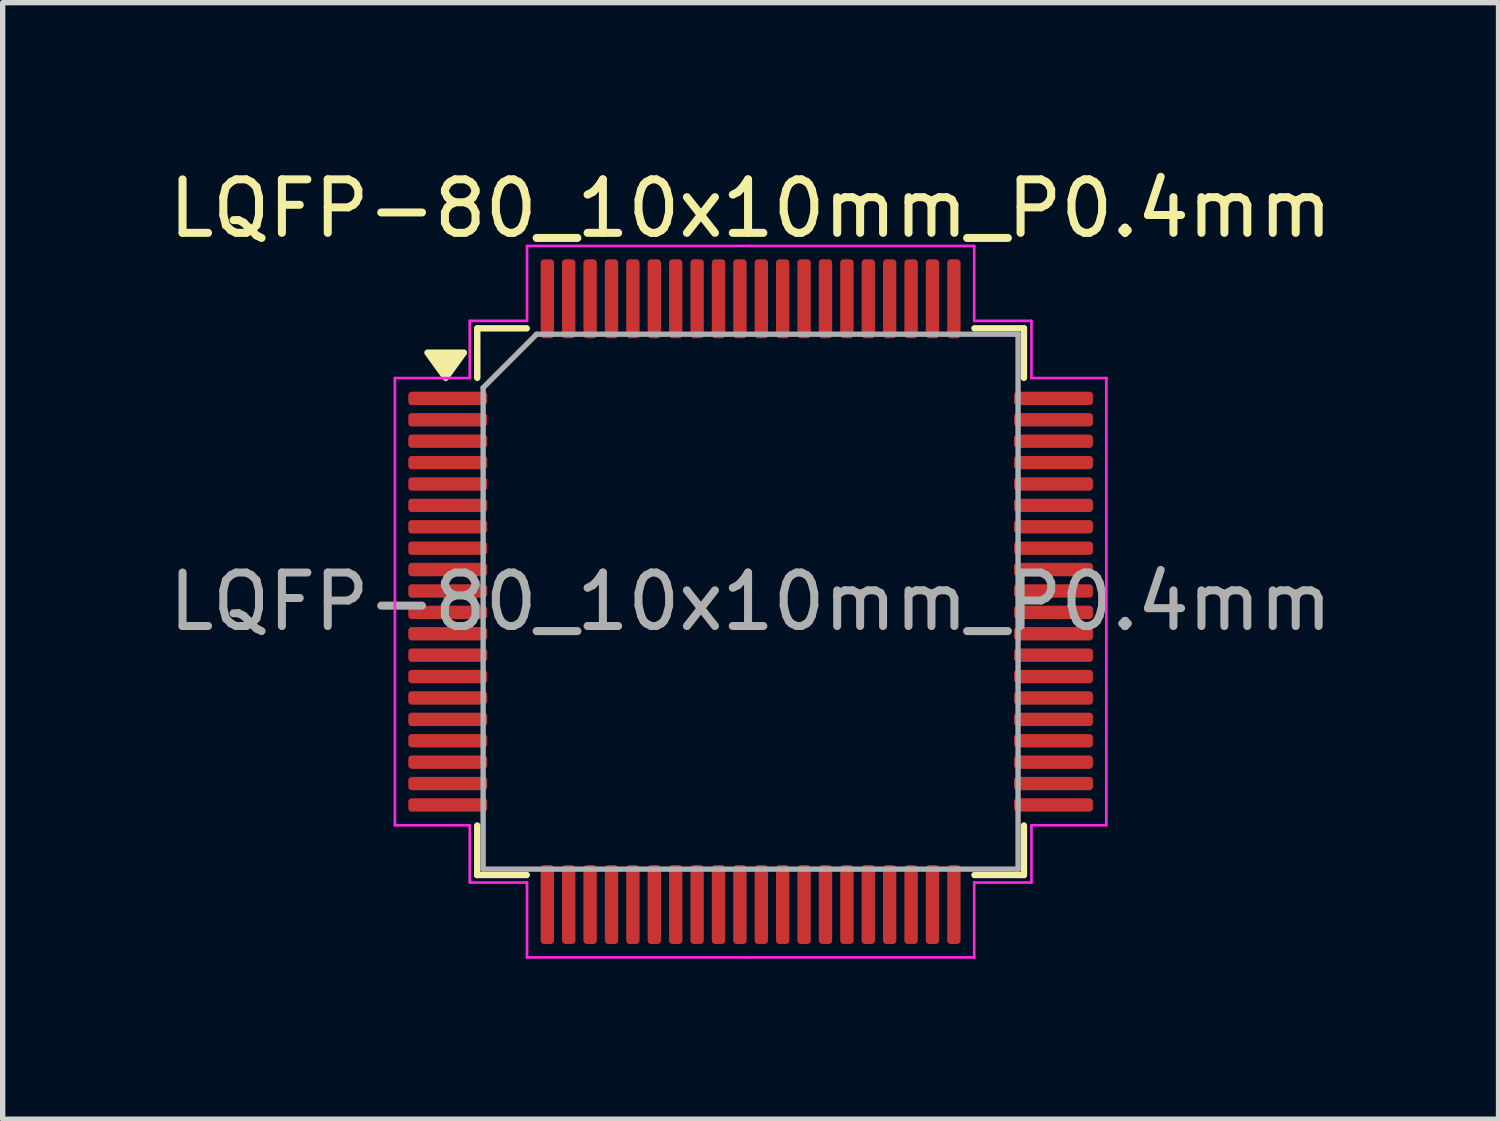
<source format=kicad_pcb>
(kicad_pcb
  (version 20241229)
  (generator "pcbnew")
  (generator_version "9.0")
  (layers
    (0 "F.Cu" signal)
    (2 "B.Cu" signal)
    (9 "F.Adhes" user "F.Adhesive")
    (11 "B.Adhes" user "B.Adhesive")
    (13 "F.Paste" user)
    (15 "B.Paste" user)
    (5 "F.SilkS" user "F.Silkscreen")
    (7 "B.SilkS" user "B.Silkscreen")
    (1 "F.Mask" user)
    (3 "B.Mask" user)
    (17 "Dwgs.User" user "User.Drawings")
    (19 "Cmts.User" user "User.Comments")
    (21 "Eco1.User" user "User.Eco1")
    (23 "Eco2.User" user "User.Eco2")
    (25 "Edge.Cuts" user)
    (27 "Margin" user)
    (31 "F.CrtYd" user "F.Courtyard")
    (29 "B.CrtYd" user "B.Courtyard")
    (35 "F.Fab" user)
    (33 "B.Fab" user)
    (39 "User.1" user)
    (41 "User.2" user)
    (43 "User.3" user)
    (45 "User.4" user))
  (footprint "LQFP-80_10x10mm_P0.4mm"
    (layer "F.Cu")
    (at 10.982 8.198)
    (property "Reference" "LQFP-80_10x10mm_P0.4mm" (at 0 -7.35 0) (layer "F.SilkS") (effects (font (size 1 1) (thickness 0.15))))
    (attr smd)
    (fp_line (start -5.11 -5.11) (end -5.11 -4.185) (stroke (width 0.12) (type solid)) (layer "F.SilkS"))
    (fp_line (start -5.11 5.11) (end -5.11 4.185) (stroke (width 0.12) (type solid)) (layer "F.SilkS"))
    (fp_line (start -4.185 -5.11) (end -5.11 -5.11) (stroke (width 0.12) (type solid)) (layer "F.SilkS"))
    (fp_line (start -4.185 5.11) (end -5.11 5.11) (stroke (width 0.12) (type solid)) (layer "F.SilkS"))
    (fp_line (start 4.185 -5.11) (end 5.11 -5.11) (stroke (width 0.12) (type solid)) (layer "F.SilkS"))
    (fp_line (start 4.185 5.11) (end 5.11 5.11) (stroke (width 0.12) (type solid)) (layer "F.SilkS"))
    (fp_line (start 5.11 -5.11) (end 5.11 -4.185) (stroke (width 0.12) (type solid)) (layer "F.SilkS"))
    (fp_line (start 5.11 5.11) (end 5.11 4.185) (stroke (width 0.12) (type solid)) (layer "F.SilkS"))
    (fp_poly (pts (xy -5.7 -4.185) (xy -6.04 -4.655) (xy -5.36 -4.655) (xy -5.7 -4.185)) (stroke (width 0.12) (type solid)) (fill yes) (layer "F.SilkS"))
    (fp_line (start -6.65 -4.18) (end -6.65 0) (stroke (width 0.05) (type solid)) (layer "F.CrtYd"))
    (fp_line (start -6.65 4.18) (end -6.65 0) (stroke (width 0.05) (type solid)) (layer "F.CrtYd"))
    (fp_line (start -5.25 -5.25) (end -5.25 -4.18) (stroke (width 0.05) (type solid)) (layer "F.CrtYd"))
    (fp_line (start -5.25 -4.18) (end -6.65 -4.18) (stroke (width 0.05) (type solid)) (layer "F.CrtYd"))
    (fp_line (start -5.25 4.18) (end -6.65 4.18) (stroke (width 0.05) (type solid)) (layer "F.CrtYd"))
    (fp_line (start -5.25 5.25) (end -5.25 4.18) (stroke (width 0.05) (type solid)) (layer "F.CrtYd"))
    (fp_line (start -4.18 -6.65) (end -4.18 -5.25) (stroke (width 0.05) (type solid)) (layer "F.CrtYd"))
    (fp_line (start -4.18 -5.25) (end -5.25 -5.25) (stroke (width 0.05) (type solid)) (layer "F.CrtYd"))
    (fp_line (start -4.18 5.25) (end -5.25 5.25) (stroke (width 0.05) (type solid)) (layer "F.CrtYd"))
    (fp_line (start -4.18 6.65) (end -4.18 5.25) (stroke (width 0.05) (type solid)) (layer "F.CrtYd"))
    (fp_line (start 0 -6.65) (end -4.18 -6.65) (stroke (width 0.05) (type solid)) (layer "F.CrtYd"))
    (fp_line (start 0 -6.65) (end 4.18 -6.65) (stroke (width 0.05) (type solid)) (layer "F.CrtYd"))
    (fp_line (start 0 6.65) (end -4.18 6.65) (stroke (width 0.05) (type solid)) (layer "F.CrtYd"))
    (fp_line (start 0 6.65) (end 4.18 6.65) (stroke (width 0.05) (type solid)) (layer "F.CrtYd"))
    (fp_line (start 4.18 -6.65) (end 4.18 -5.25) (stroke (width 0.05) (type solid)) (layer "F.CrtYd"))
    (fp_line (start 4.18 -5.25) (end 5.25 -5.25) (stroke (width 0.05) (type solid)) (layer "F.CrtYd"))
    (fp_line (start 4.18 5.25) (end 5.25 5.25) (stroke (width 0.05) (type solid)) (layer "F.CrtYd"))
    (fp_line (start 4.18 6.65) (end 4.18 5.25) (stroke (width 0.05) (type solid)) (layer "F.CrtYd"))
    (fp_line (start 5.25 -5.25) (end 5.25 -4.18) (stroke (width 0.05) (type solid)) (layer "F.CrtYd"))
    (fp_line (start 5.25 -4.18) (end 6.65 -4.18) (stroke (width 0.05) (type solid)) (layer "F.CrtYd"))
    (fp_line (start 5.25 4.18) (end 6.65 4.18) (stroke (width 0.05) (type solid)) (layer "F.CrtYd"))
    (fp_line (start 5.25 5.25) (end 5.25 4.18) (stroke (width 0.05) (type solid)) (layer "F.CrtYd"))
    (fp_line (start 6.65 -4.18) (end 6.65 0) (stroke (width 0.05) (type solid)) (layer "F.CrtYd"))
    (fp_line (start 6.65 4.18) (end 6.65 0) (stroke (width 0.05) (type solid)) (layer "F.CrtYd"))
    (fp_line (start -5 -4) (end -4 -5) (stroke (width 0.1) (type solid)) (layer "F.Fab"))
    (fp_line (start -5 5) (end -5 -4) (stroke (width 0.1) (type solid)) (layer "F.Fab"))
    (fp_line (start -4 -5) (end 5 -5) (stroke (width 0.1) (type solid)) (layer "F.Fab"))
    (fp_line (start 5 -5) (end 5 5) (stroke (width 0.1) (type solid)) (layer "F.Fab"))
    (fp_line (start 5 5) (end -5 5) (stroke (width 0.1) (type solid)) (layer "F.Fab"))
    (fp_text user "${REFERENCE}" (at 0 0 0) (layer "F.Fab") (effects (font (size 1 1) (thickness 0.15))))
    (pad "1" smd roundrect (at -5.662 -3.8) (size 1.475 0.25) (layers "F.Cu" "F.Mask" "F.Paste") (roundrect_rratio 0.25))
    (pad "2" smd roundrect (at -5.662 -3.4) (size 1.475 0.25) (layers "F.Cu" "F.Mask" "F.Paste") (roundrect_rratio 0.25))
    (pad "3" smd roundrect (at -5.662 -3) (size 1.475 0.25) (layers "F.Cu" "F.Mask" "F.Paste") (roundrect_rratio 0.25))
    (pad "4" smd roundrect (at -5.662 -2.6) (size 1.475 0.25) (layers "F.Cu" "F.Mask" "F.Paste") (roundrect_rratio 0.25))
    (pad "5" smd roundrect (at -5.662 -2.2) (size 1.475 0.25) (layers "F.Cu" "F.Mask" "F.Paste") (roundrect_rratio 0.25))
    (pad "6" smd roundrect (at -5.662 -1.8) (size 1.475 0.25) (layers "F.Cu" "F.Mask" "F.Paste") (roundrect_rratio 0.25))
    (pad "7" smd roundrect (at -5.662 -1.4) (size 1.475 0.25) (layers "F.Cu" "F.Mask" "F.Paste") (roundrect_rratio 0.25))
    (pad "8" smd roundrect (at -5.662 -1) (size 1.475 0.25) (layers "F.Cu" "F.Mask" "F.Paste") (roundrect_rratio 0.25))
    (pad "9" smd roundrect (at -5.662 -0.6) (size 1.475 0.25) (layers "F.Cu" "F.Mask" "F.Paste") (roundrect_rratio 0.25))
    (pad "10" smd roundrect (at -5.662 -0.2) (size 1.475 0.25) (layers "F.Cu" "F.Mask" "F.Paste") (roundrect_rratio 0.25))
    (pad "11" smd roundrect (at -5.662 0.2) (size 1.475 0.25) (layers "F.Cu" "F.Mask" "F.Paste") (roundrect_rratio 0.25))
    (pad "12" smd roundrect (at -5.662 0.6) (size 1.475 0.25) (layers "F.Cu" "F.Mask" "F.Paste") (roundrect_rratio 0.25))
    (pad "13" smd roundrect (at -5.662 1) (size 1.475 0.25) (layers "F.Cu" "F.Mask" "F.Paste") (roundrect_rratio 0.25))
    (pad "14" smd roundrect (at -5.662 1.4) (size 1.475 0.25) (layers "F.Cu" "F.Mask" "F.Paste") (roundrect_rratio 0.25))
    (pad "15" smd roundrect (at -5.662 1.8) (size 1.475 0.25) (layers "F.Cu" "F.Mask" "F.Paste") (roundrect_rratio 0.25))
    (pad "16" smd roundrect (at -5.662 2.2) (size 1.475 0.25) (layers "F.Cu" "F.Mask" "F.Paste") (roundrect_rratio 0.25))
    (pad "17" smd roundrect (at -5.662 2.6) (size 1.475 0.25) (layers "F.Cu" "F.Mask" "F.Paste") (roundrect_rratio 0.25))
    (pad "18" smd roundrect (at -5.662 3) (size 1.475 0.25) (layers "F.Cu" "F.Mask" "F.Paste") (roundrect_rratio 0.25))
    (pad "19" smd roundrect (at -5.662 3.4) (size 1.475 0.25) (layers "F.Cu" "F.Mask" "F.Paste") (roundrect_rratio 0.25))
    (pad "20" smd roundrect (at -5.662 3.8) (size 1.475 0.25) (layers "F.Cu" "F.Mask" "F.Paste") (roundrect_rratio 0.25))
    (pad "21" smd roundrect (at -3.8 5.662) (size 0.25 1.475) (layers "F.Cu" "F.Mask" "F.Paste") (roundrect_rratio 0.25))
    (pad "22" smd roundrect (at -3.4 5.662) (size 0.25 1.475) (layers "F.Cu" "F.Mask" "F.Paste") (roundrect_rratio 0.25))
    (pad "23" smd roundrect (at -3 5.662) (size 0.25 1.475) (layers "F.Cu" "F.Mask" "F.Paste") (roundrect_rratio 0.25))
    (pad "24" smd roundrect (at -2.6 5.662) (size 0.25 1.475) (layers "F.Cu" "F.Mask" "F.Paste") (roundrect_rratio 0.25))
    (pad "25" smd roundrect (at -2.2 5.662) (size 0.25 1.475) (layers "F.Cu" "F.Mask" "F.Paste") (roundrect_rratio 0.25))
    (pad "26" smd roundrect (at -1.8 5.662) (size 0.25 1.475) (layers "F.Cu" "F.Mask" "F.Paste") (roundrect_rratio 0.25))
    (pad "27" smd roundrect (at -1.4 5.662) (size 0.25 1.475) (layers "F.Cu" "F.Mask" "F.Paste") (roundrect_rratio 0.25))
    (pad "28" smd roundrect (at -1 5.662) (size 0.25 1.475) (layers "F.Cu" "F.Mask" "F.Paste") (roundrect_rratio 0.25))
    (pad "29" smd roundrect (at -0.6 5.662) (size 0.25 1.475) (layers "F.Cu" "F.Mask" "F.Paste") (roundrect_rratio 0.25))
    (pad "30" smd roundrect (at -0.2 5.662) (size 0.25 1.475) (layers "F.Cu" "F.Mask" "F.Paste") (roundrect_rratio 0.25))
    (pad "31" smd roundrect (at 0.2 5.662) (size 0.25 1.475) (layers "F.Cu" "F.Mask" "F.Paste") (roundrect_rratio 0.25))
    (pad "32" smd roundrect (at 0.6 5.662) (size 0.25 1.475) (layers "F.Cu" "F.Mask" "F.Paste") (roundrect_rratio 0.25))
    (pad "33" smd roundrect (at 1 5.662) (size 0.25 1.475) (layers "F.Cu" "F.Mask" "F.Paste") (roundrect_rratio 0.25))
    (pad "34" smd roundrect (at 1.4 5.662) (size 0.25 1.475) (layers "F.Cu" "F.Mask" "F.Paste") (roundrect_rratio 0.25))
    (pad "35" smd roundrect (at 1.8 5.662) (size 0.25 1.475) (layers "F.Cu" "F.Mask" "F.Paste") (roundrect_rratio 0.25))
    (pad "36" smd roundrect (at 2.2 5.662) (size 0.25 1.475) (layers "F.Cu" "F.Mask" "F.Paste") (roundrect_rratio 0.25))
    (pad "37" smd roundrect (at 2.6 5.662) (size 0.25 1.475) (layers "F.Cu" "F.Mask" "F.Paste") (roundrect_rratio 0.25))
    (pad "38" smd roundrect (at 3 5.662) (size 0.25 1.475) (layers "F.Cu" "F.Mask" "F.Paste") (roundrect_rratio 0.25))
    (pad "39" smd roundrect (at 3.4 5.662) (size 0.25 1.475) (layers "F.Cu" "F.Mask" "F.Paste") (roundrect_rratio 0.25))
    (pad "40" smd roundrect (at 3.8 5.662) (size 0.25 1.475) (layers "F.Cu" "F.Mask" "F.Paste") (roundrect_rratio 0.25))
    (pad "41" smd roundrect (at 5.662 3.8) (size 1.475 0.25) (layers "F.Cu" "F.Mask" "F.Paste") (roundrect_rratio 0.25))
    (pad "42" smd roundrect (at 5.662 3.4) (size 1.475 0.25) (layers "F.Cu" "F.Mask" "F.Paste") (roundrect_rratio 0.25))
    (pad "43" smd roundrect (at 5.662 3) (size 1.475 0.25) (layers "F.Cu" "F.Mask" "F.Paste") (roundrect_rratio 0.25))
    (pad "44" smd roundrect (at 5.662 2.6) (size 1.475 0.25) (layers "F.Cu" "F.Mask" "F.Paste") (roundrect_rratio 0.25))
    (pad "45" smd roundrect (at 5.662 2.2) (size 1.475 0.25) (layers "F.Cu" "F.Mask" "F.Paste") (roundrect_rratio 0.25))
    (pad "46" smd roundrect (at 5.662 1.8) (size 1.475 0.25) (layers "F.Cu" "F.Mask" "F.Paste") (roundrect_rratio 0.25))
    (pad "47" smd roundrect (at 5.662 1.4) (size 1.475 0.25) (layers "F.Cu" "F.Mask" "F.Paste") (roundrect_rratio 0.25))
    (pad "48" smd roundrect (at 5.662 1) (size 1.475 0.25) (layers "F.Cu" "F.Mask" "F.Paste") (roundrect_rratio 0.25))
    (pad "49" smd roundrect (at 5.662 0.6) (size 1.475 0.25) (layers "F.Cu" "F.Mask" "F.Paste") (roundrect_rratio 0.25))
    (pad "50" smd roundrect (at 5.662 0.2) (size 1.475 0.25) (layers "F.Cu" "F.Mask" "F.Paste") (roundrect_rratio 0.25))
    (pad "51" smd roundrect (at 5.662 -0.2) (size 1.475 0.25) (layers "F.Cu" "F.Mask" "F.Paste") (roundrect_rratio 0.25))
    (pad "52" smd roundrect (at 5.662 -0.6) (size 1.475 0.25) (layers "F.Cu" "F.Mask" "F.Paste") (roundrect_rratio 0.25))
    (pad "53" smd roundrect (at 5.662 -1) (size 1.475 0.25) (layers "F.Cu" "F.Mask" "F.Paste") (roundrect_rratio 0.25))
    (pad "54" smd roundrect (at 5.662 -1.4) (size 1.475 0.25) (layers "F.Cu" "F.Mask" "F.Paste") (roundrect_rratio 0.25))
    (pad "55" smd roundrect (at 5.662 -1.8) (size 1.475 0.25) (layers "F.Cu" "F.Mask" "F.Paste") (roundrect_rratio 0.25))
    (pad "56" smd roundrect (at 5.662 -2.2) (size 1.475 0.25) (layers "F.Cu" "F.Mask" "F.Paste") (roundrect_rratio 0.25))
    (pad "57" smd roundrect (at 5.662 -2.6) (size 1.475 0.25) (layers "F.Cu" "F.Mask" "F.Paste") (roundrect_rratio 0.25))
    (pad "58" smd roundrect (at 5.662 -3) (size 1.475 0.25) (layers "F.Cu" "F.Mask" "F.Paste") (roundrect_rratio 0.25))
    (pad "59" smd roundrect (at 5.662 -3.4) (size 1.475 0.25) (layers "F.Cu" "F.Mask" "F.Paste") (roundrect_rratio 0.25))
    (pad "60" smd roundrect (at 5.662 -3.8) (size 1.475 0.25) (layers "F.Cu" "F.Mask" "F.Paste") (roundrect_rratio 0.25))
    (pad "61" smd roundrect (at 3.8 -5.662) (size 0.25 1.475) (layers "F.Cu" "F.Mask" "F.Paste") (roundrect_rratio 0.25))
    (pad "62" smd roundrect (at 3.4 -5.662) (size 0.25 1.475) (layers "F.Cu" "F.Mask" "F.Paste") (roundrect_rratio 0.25))
    (pad "63" smd roundrect (at 3 -5.662) (size 0.25 1.475) (layers "F.Cu" "F.Mask" "F.Paste") (roundrect_rratio 0.25))
    (pad "64" smd roundrect (at 2.6 -5.662) (size 0.25 1.475) (layers "F.Cu" "F.Mask" "F.Paste") (roundrect_rratio 0.25))
    (pad "65" smd roundrect (at 2.2 -5.662) (size 0.25 1.475) (layers "F.Cu" "F.Mask" "F.Paste") (roundrect_rratio 0.25))
    (pad "66" smd roundrect (at 1.8 -5.662) (size 0.25 1.475) (layers "F.Cu" "F.Mask" "F.Paste") (roundrect_rratio 0.25))
    (pad "67" smd roundrect (at 1.4 -5.662) (size 0.25 1.475) (layers "F.Cu" "F.Mask" "F.Paste") (roundrect_rratio 0.25))
    (pad "68" smd roundrect (at 1 -5.662) (size 0.25 1.475) (layers "F.Cu" "F.Mask" "F.Paste") (roundrect_rratio 0.25))
    (pad "69" smd roundrect (at 0.6 -5.662) (size 0.25 1.475) (layers "F.Cu" "F.Mask" "F.Paste") (roundrect_rratio 0.25))
    (pad "70" smd roundrect (at 0.2 -5.662) (size 0.25 1.475) (layers "F.Cu" "F.Mask" "F.Paste") (roundrect_rratio 0.25))
    (pad "71" smd roundrect (at -0.2 -5.662) (size 0.25 1.475) (layers "F.Cu" "F.Mask" "F.Paste") (roundrect_rratio 0.25))
    (pad "72" smd roundrect (at -0.6 -5.662) (size 0.25 1.475) (layers "F.Cu" "F.Mask" "F.Paste") (roundrect_rratio 0.25))
    (pad "73" smd roundrect (at -1 -5.662) (size 0.25 1.475) (layers "F.Cu" "F.Mask" "F.Paste") (roundrect_rratio 0.25))
    (pad "74" smd roundrect (at -1.4 -5.662) (size 0.25 1.475) (layers "F.Cu" "F.Mask" "F.Paste") (roundrect_rratio 0.25))
    (pad "75" smd roundrect (at -1.8 -5.662) (size 0.25 1.475) (layers "F.Cu" "F.Mask" "F.Paste") (roundrect_rratio 0.25))
    (pad "76" smd roundrect (at -2.2 -5.662) (size 0.25 1.475) (layers "F.Cu" "F.Mask" "F.Paste") (roundrect_rratio 0.25))
    (pad "77" smd roundrect (at -2.6 -5.662) (size 0.25 1.475) (layers "F.Cu" "F.Mask" "F.Paste") (roundrect_rratio 0.25))
    (pad "78" smd roundrect (at -3 -5.662) (size 0.25 1.475) (layers "F.Cu" "F.Mask" "F.Paste") (roundrect_rratio 0.25))
    (pad "79" smd roundrect (at -3.4 -5.662) (size 0.25 1.475) (layers "F.Cu" "F.Mask" "F.Paste") (roundrect_rratio 0.25))
    (pad "80" smd roundrect (at -3.8 -5.662) (size 0.25 1.475) (layers "F.Cu" "F.Mask" "F.Paste") (roundrect_rratio 0.25)))
  (gr_rect
    (start -3 -3)
    (end 24.964 17.873)
    (stroke (width 0.1) (type default))
    (fill no)
    (layer "Edge.Cuts")))
</source>
